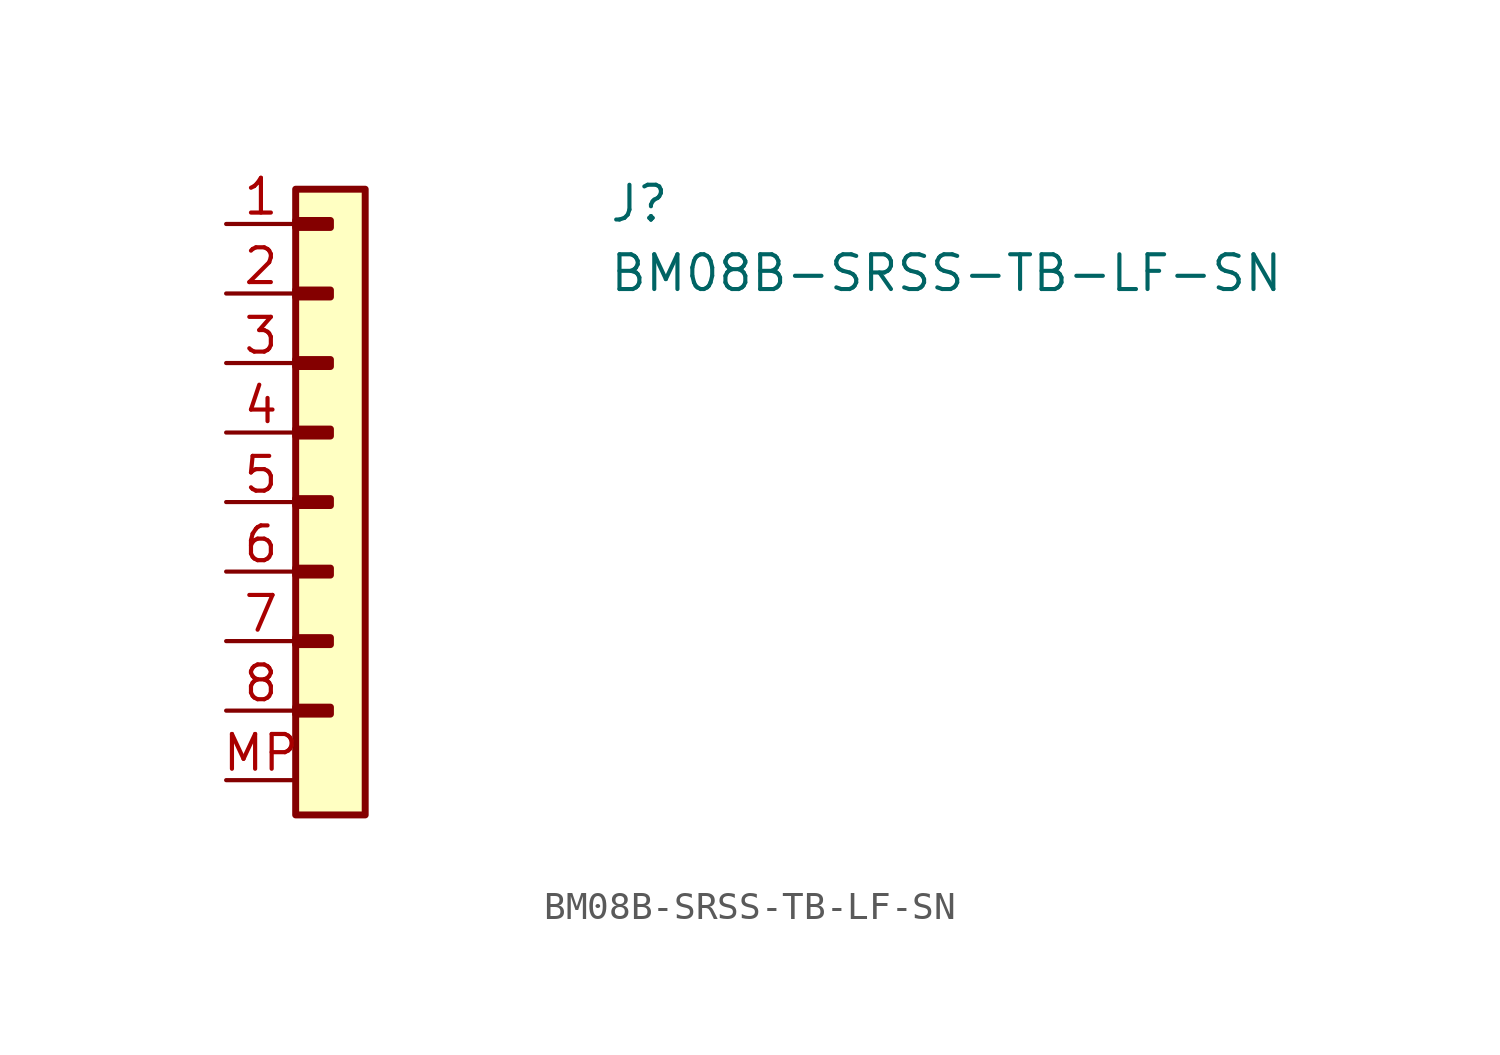
<source format=kicad_sym>
(kicad_symbol_lib
  (version 20211014)
  (generator kicad_symbol_editor)
  (symbol "BM08B-SRSS-TB-LF-SN"
    (pin_names hide)
    (property "Reference" "J"
      (at 13.97 0 0)
      (effects (font (size 1.27 1.27) (thickness 0.15)) (justify left bottom)))
    (property "Value" "BM08B-SRSS-TB-LF-SN"
      (at 13.97 -2.54 0)
      (effects (font (size 1.27 1.27) (thickness 0.15)) (justify left bottom)))
    (symbol "BM08B-SRSS-TB-LF-SN_1_1"
      (rectangle (start 2.54 -17.653) (end 3.81 -17.907) (stroke (width 0.254) (type default) (color 0 0 0 0)) (fill (type background)))
      (rectangle (start 2.54 -15.113) (end 3.81 -15.367) (stroke (width 0.254) (type default) (color 0 0 0 0)) (fill (type background)))
      (rectangle (start 2.54 -12.573) (end 3.81 -12.827) (stroke (width 0.254) (type default) (color 0 0 0 0)) (fill (type background)))
      (rectangle (start 2.54 -10.033) (end 3.81 -10.287) (stroke (width 0.254) (type default) (color 0 0 0 0)) (fill (type background)))
      (rectangle (start 2.54 -7.493) (end 3.81 -7.747) (stroke (width 0.254) (type default) (color 0 0 0 0)) (fill (type background)))
      (rectangle (start 2.54 -4.953) (end 3.81 -5.207) (stroke (width 0.254) (type default) (color 0 0 0 0)) (fill (type background)))
      (rectangle (start 2.54 -2.413) (end 3.81 -2.667) (stroke (width 0.254) (type default) (color 0 0 0 0)) (fill (type background)))
      (rectangle (start 2.54 0.127) (end 3.81 -0.127) (stroke (width 0.254) (type default) (color 0 0 0 0)) (fill (type background)))
      (rectangle (start 2.54 1.27) (end 5.08 -21.59) (stroke (width 0.254) (type default) (color 0 0 0 0)) (fill (type background)))
      (pin passive line (at 0 0 0) (length 2.54) (name "Pin_1" (effects (font (size 1.27 1.27)))) (number "1" (effects (font (size 1.27 1.27)))))
      (pin passive line (at 0 -2.54 0) (length 2.54) (name "Pin_2" (effects (font (size 1.27 1.27)))) (number "2" (effects (font (size 1.27 1.27)))))
      (pin passive line (at 0 -5.08 0) (length 2.54) (name "Pin_3" (effects (font (size 1.27 1.27)))) (number "3" (effects (font (size 1.27 1.27)))))
      (pin passive line (at 0 -7.62 0) (length 2.54) (name "Pin_4" (effects (font (size 1.27 1.27)))) (number "4" (effects (font (size 1.27 1.27)))))
      (pin passive line (at 0 -10.16 0) (length 2.54) (name "Pin_5" (effects (font (size 1.27 1.27)))) (number "5" (effects (font (size 1.27 1.27)))))
      (pin passive line (at 0 -12.7 0) (length 2.54) (name "Pin_6" (effects (font (size 1.27 1.27)))) (number "6" (effects (font (size 1.27 1.27)))))
      (pin passive line (at 0 -15.24 0) (length 2.54) (name "Pin_7" (effects (font (size 1.27 1.27)))) (number "7" (effects (font (size 1.27 1.27)))))
      (pin passive line (at 0 -17.78 0) (length 2.54) (name "Pin_8" (effects (font (size 1.27 1.27)))) (number "8" (effects (font (size 1.27 1.27)))))
      (pin passive line (at 0 -20.32 0) (length 2.54) (name "MP" (effects (font (size 1.27 1.27)))) (number "MP" (effects (font (size 1.27 1.27))))))))
</source>
